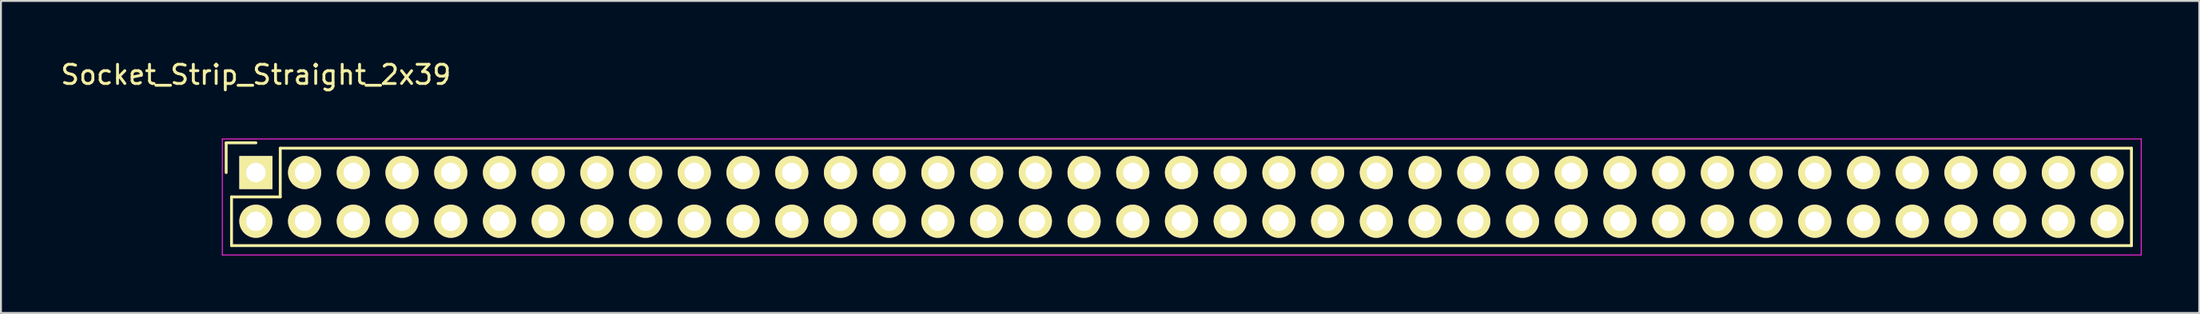
<source format=kicad_pcb>
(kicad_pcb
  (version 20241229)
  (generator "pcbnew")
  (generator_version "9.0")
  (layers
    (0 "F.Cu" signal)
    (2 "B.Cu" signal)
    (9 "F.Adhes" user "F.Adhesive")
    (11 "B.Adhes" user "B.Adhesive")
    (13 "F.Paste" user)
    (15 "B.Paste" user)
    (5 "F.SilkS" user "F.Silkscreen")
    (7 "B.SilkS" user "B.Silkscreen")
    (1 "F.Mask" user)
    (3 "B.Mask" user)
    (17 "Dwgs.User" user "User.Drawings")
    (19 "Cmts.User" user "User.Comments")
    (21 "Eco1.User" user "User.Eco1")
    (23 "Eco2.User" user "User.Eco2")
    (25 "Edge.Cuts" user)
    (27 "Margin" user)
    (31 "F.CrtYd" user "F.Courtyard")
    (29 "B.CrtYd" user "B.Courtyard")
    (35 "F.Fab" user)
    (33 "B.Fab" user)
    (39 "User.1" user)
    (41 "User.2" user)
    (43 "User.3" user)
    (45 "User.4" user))
  (footprint "Socket_Strip_Straight_2x39"
    (layer "F.Cu")
    (at 10.292 5.948)
    (property "Reference" "Socket_Strip_Straight_2x39" (at 0 -5.1 0) (layer "F.SilkS") (effects (font (size 1 1) (thickness 0.15))))
    (attr through_hole)
    (fp_line (start -1.55 -1.55) (end -1.55 0) (stroke (width 0.15) (type solid)) (layer "F.SilkS"))
    (fp_line (start -1.27 1.27) (end 1.27 1.27) (stroke (width 0.15) (type solid)) (layer "F.SilkS"))
    (fp_line (start -1.27 3.81) (end -1.27 1.27) (stroke (width 0.15) (type solid)) (layer "F.SilkS"))
    (fp_line (start -1.27 3.81) (end 97.79 3.81) (stroke (width 0.15) (type solid)) (layer "F.SilkS"))
    (fp_line (start 0 -1.55) (end -1.55 -1.55) (stroke (width 0.15) (type solid)) (layer "F.SilkS"))
    (fp_line (start 1.27 1.27) (end 1.27 -1.27) (stroke (width 0.15) (type solid)) (layer "F.SilkS"))
    (fp_line (start 97.79 -1.27) (end 1.27 -1.27) (stroke (width 0.15) (type solid)) (layer "F.SilkS"))
    (fp_line (start 97.79 3.81) (end 97.79 -1.27) (stroke (width 0.15) (type solid)) (layer "F.SilkS"))
    (fp_line (start -1.75 -1.75) (end -1.75 4.3) (stroke (width 0.05) (type solid)) (layer "F.CrtYd"))
    (fp_line (start -1.75 -1.75) (end 98.3 -1.75) (stroke (width 0.05) (type solid)) (layer "F.CrtYd"))
    (fp_line (start -1.75 4.3) (end 98.3 4.3) (stroke (width 0.05) (type solid)) (layer "F.CrtYd"))
    (fp_line (start 98.3 -1.75) (end 98.3 4.3) (stroke (width 0.05) (type solid)) (layer "F.CrtYd"))
    (pad "1" thru_hole rect (at 0 0) (size 1.727 1.727) (drill 1.016) (layers "*.Cu" "*.Mask" "F.SilkS"))
    (pad "2" thru_hole oval (at 0 2.54) (size 1.727 1.727) (drill 1.016) (layers "*.Cu" "*.Mask" "F.SilkS"))
    (pad "3" thru_hole oval (at 2.54 0) (size 1.727 1.727) (drill 1.016) (layers "*.Cu" "*.Mask" "F.SilkS"))
    (pad "4" thru_hole oval (at 2.54 2.54) (size 1.727 1.727) (drill 1.016) (layers "*.Cu" "*.Mask" "F.SilkS"))
    (pad "5" thru_hole oval (at 5.08 0) (size 1.727 1.727) (drill 1.016) (layers "*.Cu" "*.Mask" "F.SilkS"))
    (pad "6" thru_hole oval (at 5.08 2.54) (size 1.727 1.727) (drill 1.016) (layers "*.Cu" "*.Mask" "F.SilkS"))
    (pad "7" thru_hole oval (at 7.62 0) (size 1.727 1.727) (drill 1.016) (layers "*.Cu" "*.Mask" "F.SilkS"))
    (pad "8" thru_hole oval (at 7.62 2.54) (size 1.727 1.727) (drill 1.016) (layers "*.Cu" "*.Mask" "F.SilkS"))
    (pad "9" thru_hole oval (at 10.16 0) (size 1.727 1.727) (drill 1.016) (layers "*.Cu" "*.Mask" "F.SilkS"))
    (pad "10" thru_hole oval (at 10.16 2.54) (size 1.727 1.727) (drill 1.016) (layers "*.Cu" "*.Mask" "F.SilkS"))
    (pad "11" thru_hole oval (at 12.7 0) (size 1.727 1.727) (drill 1.016) (layers "*.Cu" "*.Mask" "F.SilkS"))
    (pad "12" thru_hole oval (at 12.7 2.54) (size 1.727 1.727) (drill 1.016) (layers "*.Cu" "*.Mask" "F.SilkS"))
    (pad "13" thru_hole oval (at 15.24 0) (size 1.727 1.727) (drill 1.016) (layers "*.Cu" "*.Mask" "F.SilkS"))
    (pad "14" thru_hole oval (at 15.24 2.54) (size 1.727 1.727) (drill 1.016) (layers "*.Cu" "*.Mask" "F.SilkS"))
    (pad "15" thru_hole oval (at 17.78 0) (size 1.727 1.727) (drill 1.016) (layers "*.Cu" "*.Mask" "F.SilkS"))
    (pad "16" thru_hole oval (at 17.78 2.54) (size 1.727 1.727) (drill 1.016) (layers "*.Cu" "*.Mask" "F.SilkS"))
    (pad "17" thru_hole oval (at 20.32 0) (size 1.727 1.727) (drill 1.016) (layers "*.Cu" "*.Mask" "F.SilkS"))
    (pad "18" thru_hole oval (at 20.32 2.54) (size 1.727 1.727) (drill 1.016) (layers "*.Cu" "*.Mask" "F.SilkS"))
    (pad "19" thru_hole oval (at 22.86 0) (size 1.727 1.727) (drill 1.016) (layers "*.Cu" "*.Mask" "F.SilkS"))
    (pad "20" thru_hole oval (at 22.86 2.54) (size 1.727 1.727) (drill 1.016) (layers "*.Cu" "*.Mask" "F.SilkS"))
    (pad "21" thru_hole oval (at 25.4 0) (size 1.727 1.727) (drill 1.016) (layers "*.Cu" "*.Mask" "F.SilkS"))
    (pad "22" thru_hole oval (at 25.4 2.54) (size 1.727 1.727) (drill 1.016) (layers "*.Cu" "*.Mask" "F.SilkS"))
    (pad "23" thru_hole oval (at 27.94 0) (size 1.727 1.727) (drill 1.016) (layers "*.Cu" "*.Mask" "F.SilkS"))
    (pad "24" thru_hole oval (at 27.94 2.54) (size 1.727 1.727) (drill 1.016) (layers "*.Cu" "*.Mask" "F.SilkS"))
    (pad "25" thru_hole oval (at 30.48 0) (size 1.727 1.727) (drill 1.016) (layers "*.Cu" "*.Mask" "F.SilkS"))
    (pad "26" thru_hole oval (at 30.48 2.54) (size 1.727 1.727) (drill 1.016) (layers "*.Cu" "*.Mask" "F.SilkS"))
    (pad "27" thru_hole oval (at 33.02 0) (size 1.727 1.727) (drill 1.016) (layers "*.Cu" "*.Mask" "F.SilkS"))
    (pad "28" thru_hole oval (at 33.02 2.54) (size 1.727 1.727) (drill 1.016) (layers "*.Cu" "*.Mask" "F.SilkS"))
    (pad "29" thru_hole oval (at 35.56 0) (size 1.727 1.727) (drill 1.016) (layers "*.Cu" "*.Mask" "F.SilkS"))
    (pad "30" thru_hole oval (at 35.56 2.54) (size 1.727 1.727) (drill 1.016) (layers "*.Cu" "*.Mask" "F.SilkS"))
    (pad "31" thru_hole oval (at 38.1 0) (size 1.727 1.727) (drill 1.016) (layers "*.Cu" "*.Mask" "F.SilkS"))
    (pad "32" thru_hole oval (at 38.1 2.54) (size 1.727 1.727) (drill 1.016) (layers "*.Cu" "*.Mask" "F.SilkS"))
    (pad "33" thru_hole oval (at 40.64 0) (size 1.727 1.727) (drill 1.016) (layers "*.Cu" "*.Mask" "F.SilkS"))
    (pad "34" thru_hole oval (at 40.64 2.54) (size 1.727 1.727) (drill 1.016) (layers "*.Cu" "*.Mask" "F.SilkS"))
    (pad "35" thru_hole oval (at 43.18 0) (size 1.727 1.727) (drill 1.016) (layers "*.Cu" "*.Mask" "F.SilkS"))
    (pad "36" thru_hole oval (at 43.18 2.54) (size 1.727 1.727) (drill 1.016) (layers "*.Cu" "*.Mask" "F.SilkS"))
    (pad "37" thru_hole oval (at 45.72 0) (size 1.727 1.727) (drill 1.016) (layers "*.Cu" "*.Mask" "F.SilkS"))
    (pad "38" thru_hole oval (at 45.72 2.54) (size 1.727 1.727) (drill 1.016) (layers "*.Cu" "*.Mask" "F.SilkS"))
    (pad "39" thru_hole oval (at 48.26 0) (size 1.727 1.727) (drill 1.016) (layers "*.Cu" "*.Mask" "F.SilkS"))
    (pad "40" thru_hole oval (at 48.26 2.54) (size 1.727 1.727) (drill 1.016) (layers "*.Cu" "*.Mask" "F.SilkS"))
    (pad "41" thru_hole oval (at 50.8 0) (size 1.727 1.727) (drill 1.016) (layers "*.Cu" "*.Mask" "F.SilkS"))
    (pad "42" thru_hole oval (at 50.8 2.54) (size 1.727 1.727) (drill 1.016) (layers "*.Cu" "*.Mask" "F.SilkS"))
    (pad "43" thru_hole oval (at 53.34 0) (size 1.727 1.727) (drill 1.016) (layers "*.Cu" "*.Mask" "F.SilkS"))
    (pad "44" thru_hole oval (at 53.34 2.54) (size 1.727 1.727) (drill 1.016) (layers "*.Cu" "*.Mask" "F.SilkS"))
    (pad "45" thru_hole oval (at 55.88 0) (size 1.727 1.727) (drill 1.016) (layers "*.Cu" "*.Mask" "F.SilkS"))
    (pad "46" thru_hole oval (at 55.88 2.54) (size 1.727 1.727) (drill 1.016) (layers "*.Cu" "*.Mask" "F.SilkS"))
    (pad "47" thru_hole oval (at 58.42 0) (size 1.727 1.727) (drill 1.016) (layers "*.Cu" "*.Mask" "F.SilkS"))
    (pad "48" thru_hole oval (at 58.42 2.54) (size 1.727 1.727) (drill 1.016) (layers "*.Cu" "*.Mask" "F.SilkS"))
    (pad "49" thru_hole oval (at 60.96 0) (size 1.727 1.727) (drill 1.016) (layers "*.Cu" "*.Mask" "F.SilkS"))
    (pad "50" thru_hole oval (at 60.96 2.54) (size 1.727 1.727) (drill 1.016) (layers "*.Cu" "*.Mask" "F.SilkS"))
    (pad "51" thru_hole oval (at 63.5 0) (size 1.727 1.727) (drill 1.016) (layers "*.Cu" "*.Mask" "F.SilkS"))
    (pad "52" thru_hole oval (at 63.5 2.54) (size 1.727 1.727) (drill 1.016) (layers "*.Cu" "*.Mask" "F.SilkS"))
    (pad "53" thru_hole oval (at 66.04 0) (size 1.727 1.727) (drill 1.016) (layers "*.Cu" "*.Mask" "F.SilkS"))
    (pad "54" thru_hole oval (at 66.04 2.54) (size 1.727 1.727) (drill 1.016) (layers "*.Cu" "*.Mask" "F.SilkS"))
    (pad "55" thru_hole oval (at 68.58 0) (size 1.727 1.727) (drill 1.016) (layers "*.Cu" "*.Mask" "F.SilkS"))
    (pad "56" thru_hole oval (at 68.58 2.54) (size 1.727 1.727) (drill 1.016) (layers "*.Cu" "*.Mask" "F.SilkS"))
    (pad "57" thru_hole oval (at 71.12 0) (size 1.727 1.727) (drill 1.016) (layers "*.Cu" "*.Mask" "F.SilkS"))
    (pad "58" thru_hole oval (at 71.12 2.54) (size 1.727 1.727) (drill 1.016) (layers "*.Cu" "*.Mask" "F.SilkS"))
    (pad "59" thru_hole oval (at 73.66 0) (size 1.727 1.727) (drill 1.016) (layers "*.Cu" "*.Mask" "F.SilkS"))
    (pad "60" thru_hole oval (at 73.66 2.54) (size 1.727 1.727) (drill 1.016) (layers "*.Cu" "*.Mask" "F.SilkS"))
    (pad "61" thru_hole oval (at 76.2 0) (size 1.727 1.727) (drill 1.016) (layers "*.Cu" "*.Mask" "F.SilkS"))
    (pad "62" thru_hole oval (at 76.2 2.54) (size 1.727 1.727) (drill 1.016) (layers "*.Cu" "*.Mask" "F.SilkS"))
    (pad "63" thru_hole oval (at 78.74 0) (size 1.727 1.727) (drill 1.016) (layers "*.Cu" "*.Mask" "F.SilkS"))
    (pad "64" thru_hole oval (at 78.74 2.54) (size 1.727 1.727) (drill 1.016) (layers "*.Cu" "*.Mask" "F.SilkS"))
    (pad "65" thru_hole oval (at 81.28 0) (size 1.727 1.727) (drill 1.016) (layers "*.Cu" "*.Mask" "F.SilkS"))
    (pad "66" thru_hole oval (at 81.28 2.54) (size 1.727 1.727) (drill 1.016) (layers "*.Cu" "*.Mask" "F.SilkS"))
    (pad "67" thru_hole oval (at 83.82 0) (size 1.727 1.727) (drill 1.016) (layers "*.Cu" "*.Mask" "F.SilkS"))
    (pad "68" thru_hole oval (at 83.82 2.54) (size 1.727 1.727) (drill 1.016) (layers "*.Cu" "*.Mask" "F.SilkS"))
    (pad "69" thru_hole oval (at 86.36 0) (size 1.727 1.727) (drill 1.016) (layers "*.Cu" "*.Mask" "F.SilkS"))
    (pad "70" thru_hole oval (at 86.36 2.54) (size 1.727 1.727) (drill 1.016) (layers "*.Cu" "*.Mask" "F.SilkS"))
    (pad "71" thru_hole oval (at 88.9 0) (size 1.727 1.727) (drill 1.016) (layers "*.Cu" "*.Mask" "F.SilkS"))
    (pad "72" thru_hole oval (at 88.9 2.54) (size 1.727 1.727) (drill 1.016) (layers "*.Cu" "*.Mask" "F.SilkS"))
    (pad "73" thru_hole oval (at 91.44 0) (size 1.727 1.727) (drill 1.016) (layers "*.Cu" "*.Mask" "F.SilkS"))
    (pad "74" thru_hole oval (at 91.44 2.54) (size 1.727 1.727) (drill 1.016) (layers "*.Cu" "*.Mask" "F.SilkS"))
    (pad "75" thru_hole oval (at 93.98 0) (size 1.727 1.727) (drill 1.016) (layers "*.Cu" "*.Mask" "F.SilkS"))
    (pad "76" thru_hole oval (at 93.98 2.54) (size 1.727 1.727) (drill 1.016) (layers "*.Cu" "*.Mask" "F.SilkS"))
    (pad "77" thru_hole oval (at 96.52 0) (size 1.727 1.727) (drill 1.016) (layers "*.Cu" "*.Mask" "F.SilkS"))
    (pad "78" thru_hole oval (at 96.52 2.54) (size 1.727 1.727) (drill 1.016) (layers "*.Cu" "*.Mask" "F.SilkS")))
  (gr_rect
    (start -3 -3)
    (end 111.617 13.273)
    (stroke (width 0.1) (type default))
    (fill no)
    (layer "Edge.Cuts")))
</source>
